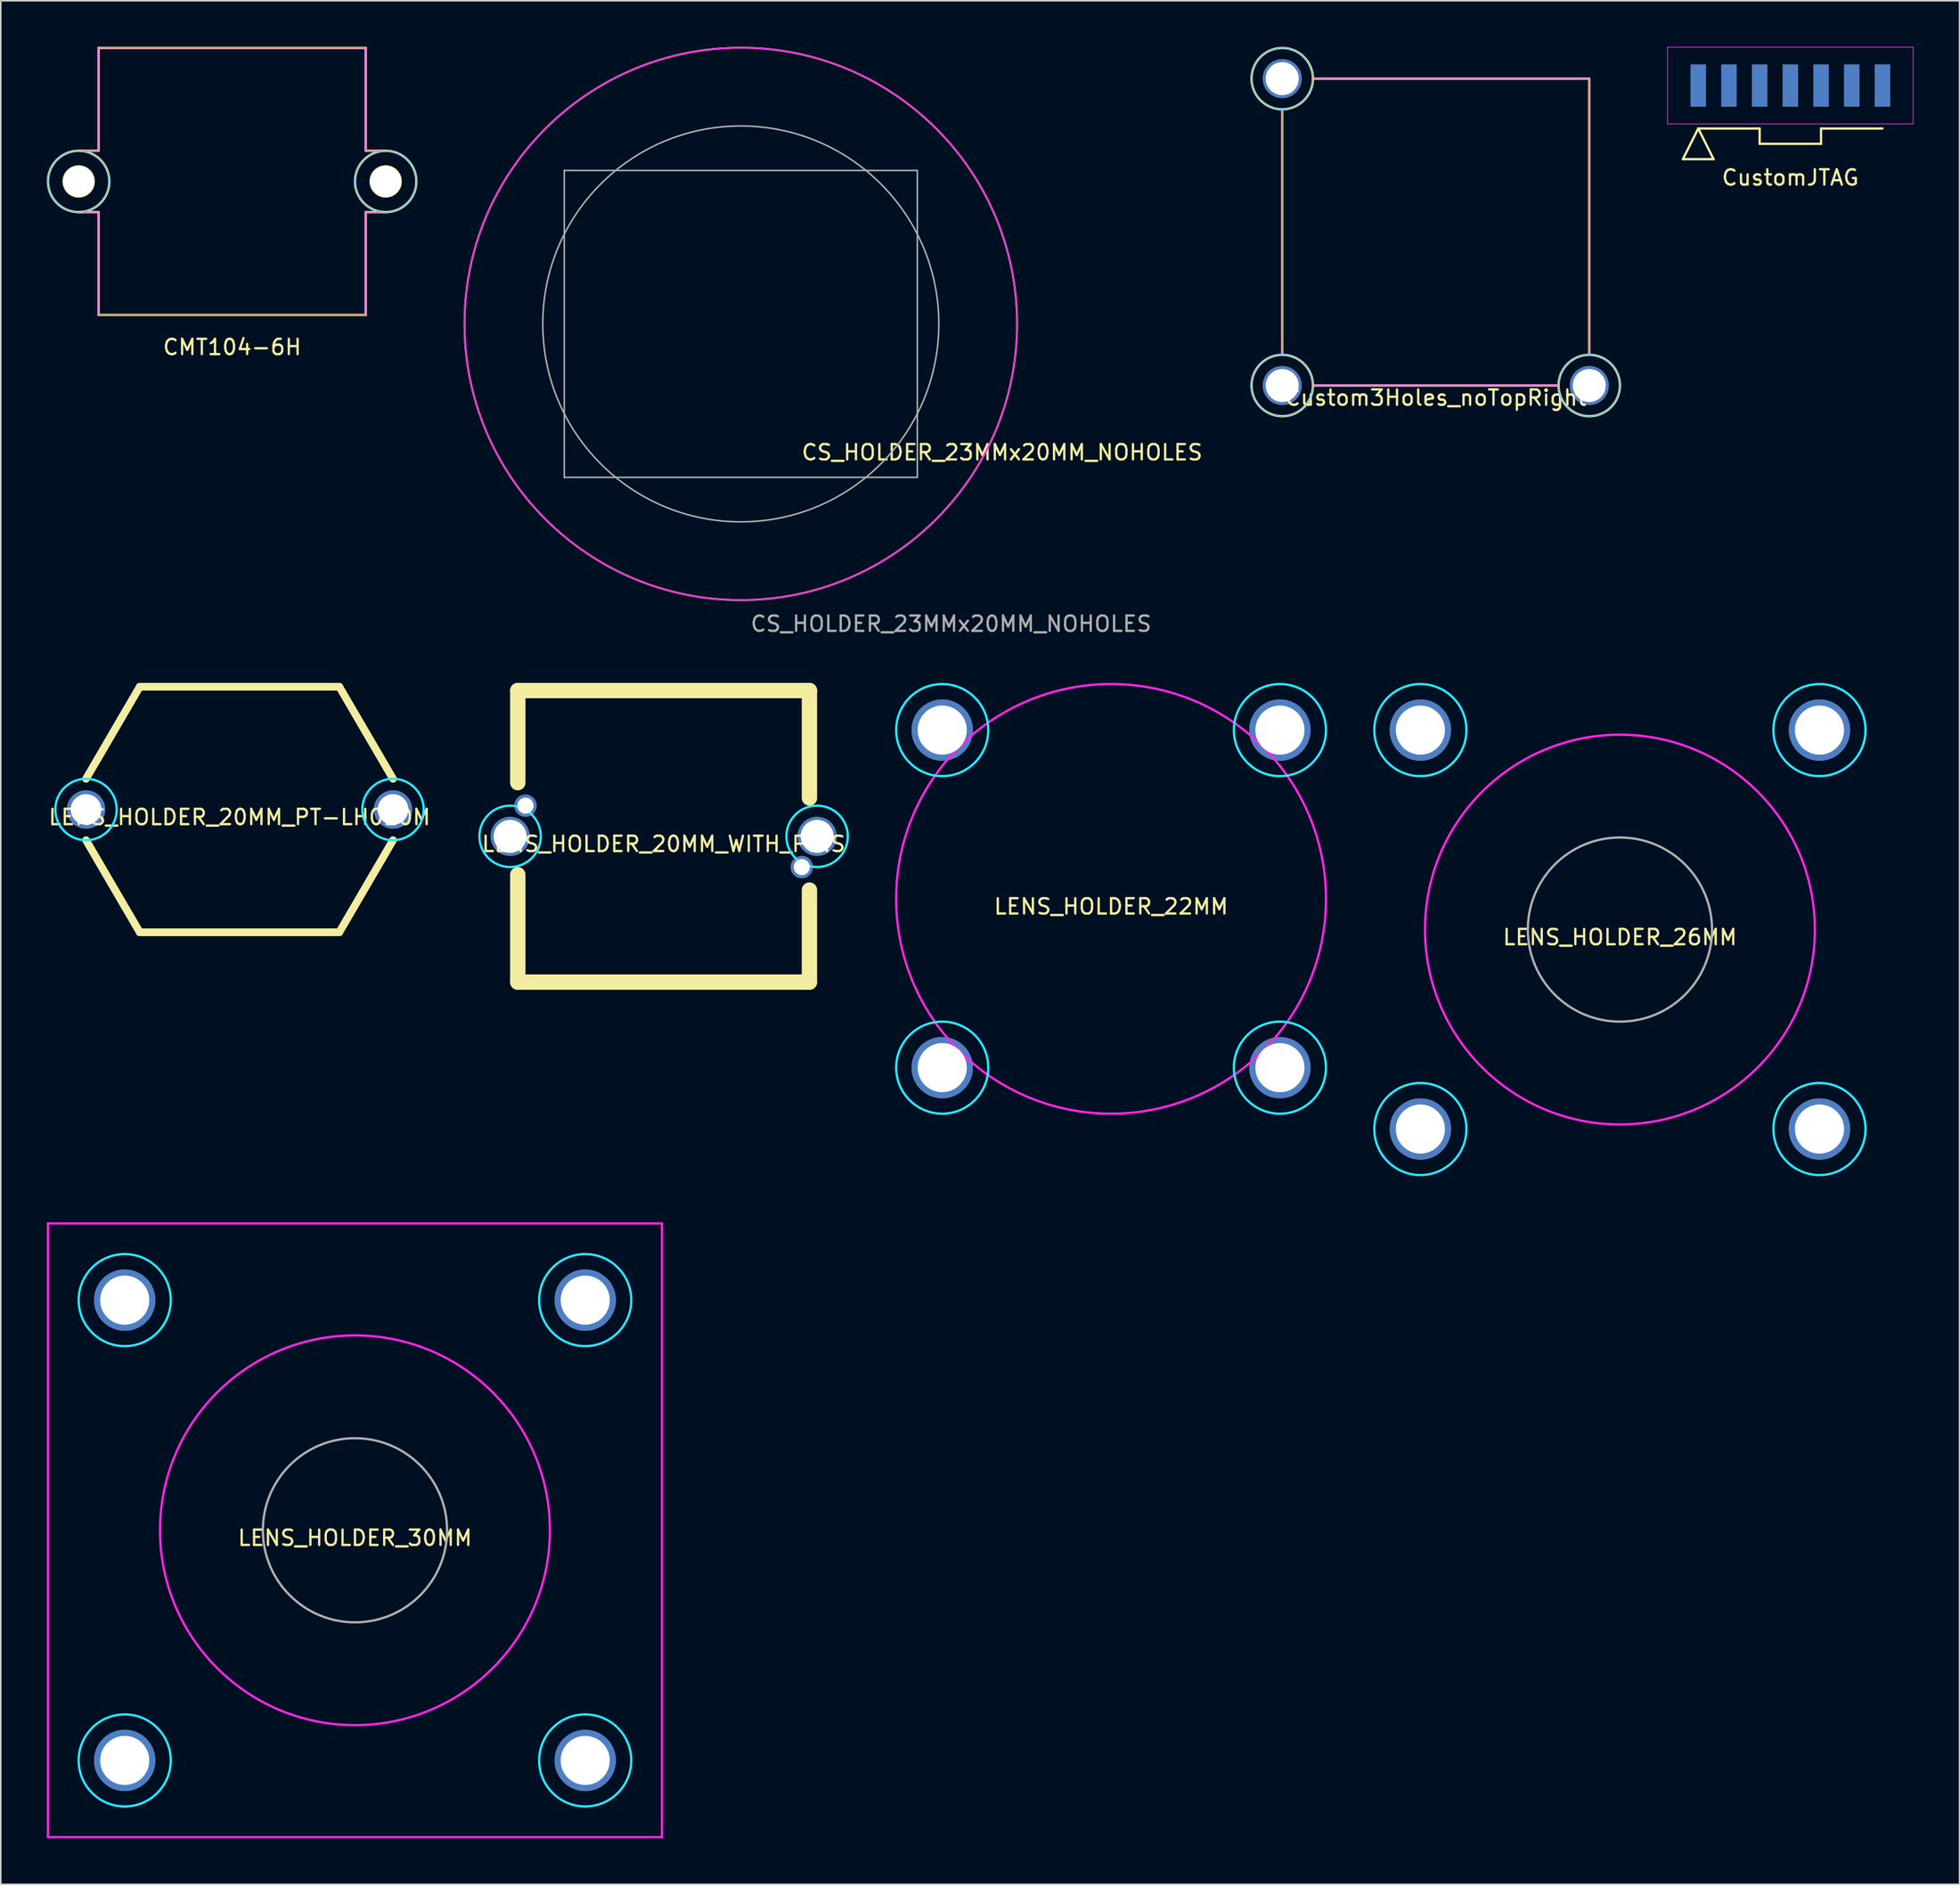
<source format=kicad_pcb>
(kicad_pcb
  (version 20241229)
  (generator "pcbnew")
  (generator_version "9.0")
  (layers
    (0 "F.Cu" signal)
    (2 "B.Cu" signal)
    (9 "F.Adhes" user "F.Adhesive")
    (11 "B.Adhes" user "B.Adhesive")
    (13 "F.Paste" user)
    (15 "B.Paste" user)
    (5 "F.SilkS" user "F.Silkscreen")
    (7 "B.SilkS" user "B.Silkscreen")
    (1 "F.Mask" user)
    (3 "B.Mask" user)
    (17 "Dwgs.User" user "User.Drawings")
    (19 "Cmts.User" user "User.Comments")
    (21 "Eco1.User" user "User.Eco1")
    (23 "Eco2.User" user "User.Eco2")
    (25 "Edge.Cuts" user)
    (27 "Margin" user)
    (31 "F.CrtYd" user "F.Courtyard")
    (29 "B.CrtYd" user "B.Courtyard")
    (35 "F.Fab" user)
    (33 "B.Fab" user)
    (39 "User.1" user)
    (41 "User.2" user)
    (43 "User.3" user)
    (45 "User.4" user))
  (footprint "CS_HOLDER_23MMx20MM_NOHOLES"
    (layer "F.Cu")
    (at 45.21 18.06)
    (property "Reference" "CS_HOLDER_23MMx20MM_NOHOLES" (at 17.025 8.375 0) (unlocked yes) (layer "F.SilkS") (effects (font (size 1 1) (thickness 0.15))))
    (attr through_hole)
    (fp_circle (center 0 0) (end 18 0) (stroke (width 0.12) (type solid)) (fill no) (layer "F.SilkS"))
    (fp_circle (center 0 0) (end 18 0) (stroke (width 0.1) (type solid)) (fill no) (layer "F.CrtYd"))
    (fp_line (start -11.5 -10) (end 11.5 -10) (stroke (width 0.1) (type solid)) (layer "F.Fab"))
    (fp_line (start -11.5 10) (end -11.5 -10) (stroke (width 0.1) (type solid)) (layer "F.Fab"))
    (fp_line (start -11.5 10) (end 11.5 10) (stroke (width 0.1) (type solid)) (layer "F.Fab"))
    (fp_line (start 11.5 10) (end 11.5 -10) (stroke (width 0.1) (type solid)) (layer "F.Fab"))
    (fp_circle (center 0 0) (end 12.9 0) (stroke (width 0.1) (type solid)) (fill no) (layer "F.Fab"))
    (fp_text user "${REFERENCE}" (at 13.7 19.55 0) (unlocked yes) (layer "F.Fab") (effects (font (size 1 1) (thickness 0.15)))))
  (footprint "LENS_HOLDER_20MM_PT-LH010M"
    (layer "F.Cu")
    (at 12.554 49.708)
    (property "Reference" "LENS_HOLDER_20MM_PT-LH010M" (at 0 0.5 0) (layer "F.SilkS") (effects (font (size 1 1) (thickness 0.15))))
    (attr through_hole)
    (fp_line (start -10 -2) (end -6.5 -8) (stroke (width 0.5) (type solid)) (layer "F.SilkS"))
    (fp_line (start -6.5 -8) (end 6.5 -8) (stroke (width 0.5) (type solid)) (layer "F.SilkS"))
    (fp_line (start -6.5 8) (end -10 2) (stroke (width 0.5) (type solid)) (layer "F.SilkS"))
    (fp_line (start 6.5 -8) (end 10 -2) (stroke (width 0.5) (type solid)) (layer "F.SilkS"))
    (fp_line (start 6.5 8) (end -6.5 8) (stroke (width 0.5) (type solid)) (layer "F.SilkS"))
    (fp_line (start 10 2) (end 6.5 8) (stroke (width 0.5) (type solid)) (layer "F.SilkS"))
    (fp_circle (center -10 0) (end -8 0) (stroke (width 0.15) (type solid)) (fill no) (layer "B.CrtYd"))
    (fp_circle (center 10 0) (end 12 0) (stroke (width 0.15) (type solid)) (fill no) (layer "B.CrtYd"))
    (pad "1" thru_hole circle (at -10 0) (size 2.5 2.5) (drill 2) (layers "*.Cu" "*.Mask"))
    (pad "1" thru_hole circle (at 10 0) (size 2.5 2.5) (drill 2) (layers "*.Cu" "*.Mask")))
  (footprint "LENS_HOLDER_20MM_WITH_PINS"
    (layer "F.Cu")
    (at 40.182 51.458)
    (property "Reference" "LENS_HOLDER_20MM_WITH_PINS" (at 0 0.5 0) (layer "F.SilkS") (effects (font (size 1 1) (thickness 0.15))))
    (attr through_hole)
    (fp_line (start -9.5 -9.5) (end 9.5 -9.5) (stroke (width 1) (type solid)) (layer "F.SilkS"))
    (fp_line (start -9.5 -3.5) (end -9.5 -9.5) (stroke (width 1) (type solid)) (layer "F.SilkS"))
    (fp_line (start -9.5 9.5) (end -9.5 2.5) (stroke (width 1) (type solid)) (layer "F.SilkS"))
    (fp_line (start 9.5 -9.5) (end 9.5 -2.5) (stroke (width 1) (type solid)) (layer "F.SilkS"))
    (fp_line (start 9.5 3.5) (end 9.5 9.5) (stroke (width 1) (type solid)) (layer "F.SilkS"))
    (fp_line (start 9.5 9.5) (end -9.5 9.5) (stroke (width 1) (type solid)) (layer "F.SilkS"))
    (fp_circle (center -10 0) (end -8 0) (stroke (width 0.15) (type solid)) (fill no) (layer "B.CrtYd"))
    (fp_circle (center 10 0) (end 12 0) (stroke (width 0.15) (type solid)) (fill no) (layer "B.CrtYd"))
    (pad "1" thru_hole circle (at -10 0) (size 2.55 2.55) (drill 2.15) (layers "*.Cu" "*.Mask"))
    (pad "1" thru_hole circle (at -9 -2) (size 1.45 1.45) (drill 1.05) (layers "*.Cu" "*.Mask"))
    (pad "1" thru_hole circle (at 9 2) (size 1.45 1.45) (drill 1.05) (layers "*.Cu" "*.Mask"))
    (pad "1" thru_hole circle (at 10 0) (size 2.55 2.55) (drill 2.15) (layers "*.Cu" "*.Mask")))
  (footprint "CMT104-6H"
    (layer "F.Cu")
    (at 12.075 8.775)
    (property "Reference" "CMT104-6H" (at 0 10.8 0) (layer "F.SilkS") (effects (font (size 1 1) (thickness 0.15))))
    (attr through_hole)
    (fp_line (start -10 -2) (end -8.7 -2) (stroke (width 0.15) (type solid)) (layer "F.SilkS"))
    (fp_line (start -10 2) (end -8.7 2) (stroke (width 0.15) (type solid)) (layer "F.SilkS"))
    (fp_line (start -8.7 -8.7) (end 8.7 -8.7) (stroke (width 0.15) (type solid)) (layer "F.SilkS"))
    (fp_line (start -8.7 -2) (end -8.7 -8.7) (stroke (width 0.15) (type solid)) (layer "F.SilkS"))
    (fp_line (start -8.7 8.7) (end -8.7 2) (stroke (width 0.15) (type solid)) (layer "F.SilkS"))
    (fp_line (start -8.7 8.7) (end 8.7 8.7) (stroke (width 0.15) (type solid)) (layer "F.SilkS"))
    (fp_line (start 8.7 -2) (end 8.7 -8.7) (stroke (width 0.15) (type solid)) (layer "F.SilkS"))
    (fp_line (start 8.7 -2) (end 10 -2) (stroke (width 0.15) (type solid)) (layer "F.SilkS"))
    (fp_line (start 8.7 2) (end 10 2) (stroke (width 0.15) (type solid)) (layer "F.SilkS"))
    (fp_line (start 8.7 8.7) (end 8.7 2) (stroke (width 0.15) (type solid)) (layer "F.SilkS"))
    (fp_circle (center -10 0) (end -12 0) (stroke (width 0.15) (type solid)) (fill no) (layer "F.SilkS"))
    (fp_circle (center 10 0) (end 8 0) (stroke (width 0.15) (type solid)) (fill no) (layer "F.SilkS"))
    (fp_circle (center -10 0) (end -12 0) (stroke (width 0.05) (type solid)) (fill no) (layer "B.CrtYd"))
    (fp_circle (center 10 0) (end 8 0) (stroke (width 0.05) (type solid)) (fill no) (layer "B.CrtYd"))
    (fp_line (start -10 -2) (end -8.7 -2) (stroke (width 0.05) (type solid)) (layer "F.CrtYd"))
    (fp_line (start -10 2) (end -8.7 2) (stroke (width 0.05) (type solid)) (layer "F.CrtYd"))
    (fp_line (start -8.7 -8.7) (end 8.7 -8.7) (stroke (width 0.05) (type solid)) (layer "F.CrtYd"))
    (fp_line (start -8.7 -2) (end -8.7 -8.7) (stroke (width 0.05) (type solid)) (layer "F.CrtYd"))
    (fp_line (start -8.7 8.7) (end -8.7 2) (stroke (width 0.05) (type solid)) (layer "F.CrtYd"))
    (fp_line (start -8.7 8.7) (end 8.7 8.7) (stroke (width 0.05) (type solid)) (layer "F.CrtYd"))
    (fp_line (start 8.7 -2) (end 8.7 -8.7) (stroke (width 0.05) (type solid)) (layer "F.CrtYd"))
    (fp_line (start 8.7 -2) (end 10 -2) (stroke (width 0.05) (type solid)) (layer "F.CrtYd"))
    (fp_line (start 8.7 2) (end 10 2) (stroke (width 0.05) (type solid)) (layer "F.CrtYd"))
    (fp_line (start 8.7 8.7) (end 8.7 2) (stroke (width 0.05) (type solid)) (layer "F.CrtYd"))
    (fp_circle (center -10 0) (end -12 0) (stroke (width 0.05) (type solid)) (fill no) (layer "F.CrtYd"))
    (fp_circle (center 10 0) (end 8 0) (stroke (width 0.05) (type solid)) (fill no) (layer "F.CrtYd"))
    (pad "HOLE" thru_hole circle (at -10 0) (size 2.1 2.1) (drill 2) (layers "*.Cu" "*.Mask" "F.SilkS"))
    (pad "HOLE" thru_hole circle (at 10 0) (size 2.1 2.1) (drill 2) (layers "*.Cu" "*.Mask" "F.SilkS")))
  (footprint "Custom3Holes_noTopRight"
    (layer "F.Cu")
    (at 90.483 12.075)
    (property "Reference" "Custom3Holes_noTopRight" (at 0 10.8 0) (layer "F.SilkS") (effects (font (size 1 1) (thickness 0.15))))
    (attr through_hole)
    (fp_line (start -10 8) (end -10 -8) (stroke (width 0.15) (type solid)) (layer "F.SilkS"))
    (fp_line (start -8 -10) (end 10 -10) (stroke (width 0.15) (type solid)) (layer "F.SilkS"))
    (fp_line (start -8 10) (end 8 10) (stroke (width 0.15) (type solid)) (layer "F.SilkS"))
    (fp_line (start 10 8) (end 10 -10) (stroke (width 0.15) (type solid)) (layer "F.SilkS"))
    (fp_circle (center -10 -10) (end -12 -10) (stroke (width 0.15) (type solid)) (fill no) (layer "F.SilkS"))
    (fp_circle (center -10 10) (end -12 10) (stroke (width 0.15) (type solid)) (fill no) (layer "F.SilkS"))
    (fp_circle (center 10 10) (end 8 10) (stroke (width 0.15) (type solid)) (fill no) (layer "F.SilkS"))
    (fp_circle (center -10 -10) (end -12 -10) (stroke (width 0.05) (type solid)) (fill no) (layer "B.CrtYd"))
    (fp_circle (center -10 10) (end -12 10) (stroke (width 0.05) (type solid)) (fill no) (layer "B.CrtYd"))
    (fp_circle (center 10 10) (end 8 10) (stroke (width 0.05) (type solid)) (fill no) (layer "B.CrtYd"))
    (fp_line (start -10 8) (end -10 -8) (stroke (width 0.05) (type solid)) (layer "F.CrtYd"))
    (fp_line (start -8 -10) (end 10 -10) (stroke (width 0.05) (type solid)) (layer "F.CrtYd"))
    (fp_line (start -8 10) (end 8 10) (stroke (width 0.05) (type solid)) (layer "F.CrtYd"))
    (fp_line (start 10 8) (end 10 -10) (stroke (width 0.05) (type solid)) (layer "F.CrtYd"))
    (fp_circle (center -10 -10) (end -12 -10) (stroke (width 0.05) (type solid)) (fill no) (layer "F.CrtYd"))
    (fp_circle (center -10 10) (end -12 10) (stroke (width 0.05) (type solid)) (fill no) (layer "F.CrtYd"))
    (fp_circle (center 10 10) (end 8 10) (stroke (width 0.05) (type solid)) (fill no) (layer "F.CrtYd"))
    (pad "HOLE" thru_hole circle (at -10 -10) (size 2.54 2.54) (drill 2.15) (layers "*.Cu" "*.Mask"))
    (pad "HOLE" thru_hole circle (at -10 10) (size 2.54 2.54) (drill 2.15) (layers "*.Cu" "*.Mask"))
    (pad "HOLE" thru_hole circle (at 10 10) (size 2.54 2.54) (drill 2.15) (layers "*.Cu" "*.Mask")))
  (footprint "LENS_HOLDER_30MM"
    (layer "F.Cu")
    (at 20.075 96.683)
    (property "Reference" "LENS_HOLDER_30MM" (at 0 0.5 0) (layer "F.SilkS") (effects (font (size 1 1) (thickness 0.15))))
    (attr through_hole)
    (fp_circle (center -15 -15) (end -12 -15) (stroke (width 0.15) (type solid)) (fill no) (layer "B.CrtYd"))
    (fp_circle (center -15 15) (end -12 15) (stroke (width 0.15) (type solid)) (fill no) (layer "B.CrtYd"))
    (fp_circle (center 15 -15) (end 18 -15) (stroke (width 0.15) (type solid)) (fill no) (layer "B.CrtYd"))
    (fp_circle (center 15 15) (end 18 15) (stroke (width 0.15) (type solid)) (fill no) (layer "B.CrtYd"))
    (fp_line (start -20 -20) (end 20 -20) (stroke (width 0.15) (type solid)) (layer "F.CrtYd"))
    (fp_line (start -20 20) (end -20 -20) (stroke (width 0.15) (type solid)) (layer "F.CrtYd"))
    (fp_line (start 20 -20) (end 20 20) (stroke (width 0.15) (type solid)) (layer "F.CrtYd"))
    (fp_line (start 20 20) (end -20 20) (stroke (width 0.15) (type solid)) (layer "F.CrtYd"))
    (fp_circle (center 0 0) (end 12.7 0) (stroke (width 0.15) (type solid)) (fill no) (layer "F.CrtYd"))
    (fp_circle (center 0 0) (end 6 0) (stroke (width 0.15) (type solid)) (fill no) (layer "F.Fab"))
    (pad "1" thru_hole circle (at -15 -15) (size 4 4) (drill 3.2) (layers "*.Cu" "*.Mask"))
    (pad "1" thru_hole circle (at -15 15) (size 4 4) (drill 3.2) (layers "*.Cu" "*.Mask"))
    (pad "1" thru_hole circle (at 15 -15) (size 4 4) (drill 3.2) (layers "*.Cu" "*.Mask"))
    (pad "1" thru_hole circle (at 15 15) (size 4 4) (drill 3.2) (layers "*.Cu" "*.Mask")))
  (footprint "LENS_HOLDER_22MM"
    (layer "F.Cu")
    (at 69.332 55.533)
    (property "Reference" "LENS_HOLDER_22MM" (at 0 0.5 0) (layer "F.SilkS") (effects (font (size 1 1) (thickness 0.15))))
    (attr through_hole)
    (fp_circle (center -11 -11) (end -8 -11) (stroke (width 0.15) (type solid)) (fill no) (layer "B.CrtYd"))
    (fp_circle (center -11 11) (end -8 11) (stroke (width 0.15) (type solid)) (fill no) (layer "B.CrtYd"))
    (fp_circle (center 11 -11) (end 14 -11) (stroke (width 0.15) (type solid)) (fill no) (layer "B.CrtYd"))
    (fp_circle (center 11 11) (end 14 11) (stroke (width 0.15) (type solid)) (fill no) (layer "B.CrtYd"))
    (fp_circle (center 0 0) (end 14 0) (stroke (width 0.15) (type solid)) (fill no) (layer "F.CrtYd"))
    (pad "1" thru_hole circle (at -11 -11) (size 4 4) (drill 3.2) (layers "*.Cu" "*.Mask"))
    (pad "1" thru_hole circle (at -11 11) (size 4 4) (drill 3.2) (layers "*.Cu" "*.Mask"))
    (pad "1" thru_hole circle (at 11 -11) (size 4 4) (drill 3.2) (layers "*.Cu" "*.Mask"))
    (pad "1" thru_hole circle (at 11 11) (size 4 4) (drill 3.2) (layers "*.Cu" "*.Mask")))
  (footprint "CustomJTAG"
    (layer "F.Cu")
    (at 113.583 2.525)
    (property "Reference" "CustomJTAG" (at 0 6 180) (layer "F.SilkS") (effects (font (size 1 1) (thickness 0.15))))
    (attr smd)
    (fp_line (start -7 4.8) (end -5 4.8) (stroke (width 0.15) (type solid)) (layer "F.SilkS"))
    (fp_line (start -6 2.8) (end -7 4.8) (stroke (width 0.15) (type solid)) (layer "F.SilkS"))
    (fp_line (start -6 2.8) (end -2 2.8) (stroke (width 0.15) (type solid)) (layer "F.SilkS"))
    (fp_line (start -5 4.8) (end -6 2.8) (stroke (width 0.15) (type solid)) (layer "F.SilkS"))
    (fp_line (start -2 2.8) (end -2 3.8) (stroke (width 0.15) (type solid)) (layer "F.SilkS"))
    (fp_line (start -2 3.8) (end 2 3.8) (stroke (width 0.15) (type solid)) (layer "F.SilkS"))
    (fp_line (start 2 2.8) (end 6 2.8) (stroke (width 0.15) (type solid)) (layer "F.SilkS"))
    (fp_line (start 2 3.8) (end 2 2.8) (stroke (width 0.15) (type solid)) (layer "F.SilkS"))
    (fp_line (start -8 2.5) (end -8 -2.5) (stroke (width 0.05) (type solid)) (layer "F.CrtYd"))
    (fp_line (start 8 -2.5) (end -8 -2.5) (stroke (width 0.05) (type solid)) (layer "F.CrtYd"))
    (fp_line (start 8 2.5) (end -8 2.5) (stroke (width 0.05) (type solid)) (layer "F.CrtYd"))
    (fp_line (start 8 2.5) (end 8 -2.5) (stroke (width 0.05) (type solid)) (layer "F.CrtYd"))
    (pad "1" smd rect (at -6 0) (size 1 2.75) (layers "F.Cu" "F.Mask" "F.Paste"))
    (pad "2" smd rect (at -6 0) (size 1 2.75) (layers "B.Cu" "B.Mask" "B.Paste"))
    (pad "3" smd rect (at -4 0) (size 1 2.75) (layers "F.Cu" "F.Mask" "F.Paste"))
    (pad "4" smd rect (at -4 0) (size 1 2.75) (layers "B.Cu" "B.Mask" "B.Paste"))
    (pad "5" smd rect (at -2 0) (size 1 2.75) (layers "F.Cu" "F.Mask" "F.Paste"))
    (pad "6" smd rect (at -2 0) (size 1 2.75) (layers "B.Cu" "B.Mask" "B.Paste"))
    (pad "7" smd rect (at 0 0) (size 1 2.75) (layers "F.Cu" "F.Mask" "F.Paste"))
    (pad "8" smd rect (at 0 0) (size 1 2.75) (layers "B.Cu" "B.Mask" "B.Paste"))
    (pad "9" smd rect (at 2 0) (size 1 2.75) (layers "F.Cu" "F.Mask" "F.Paste"))
    (pad "10" smd rect (at 2 0) (size 1 2.75) (layers "B.Cu" "B.Mask" "B.Paste"))
    (pad "11" smd rect (at 4 0) (size 1 2.75) (layers "F.Cu" "F.Mask" "F.Paste"))
    (pad "12" smd rect (at 4 0) (size 1 2.75) (layers "B.Cu" "B.Mask" "B.Paste"))
    (pad "13" smd rect (at 6 0) (size 1 2.75) (layers "F.Cu" "F.Mask"))
    (pad "14" smd rect (at 6 0) (size 1 2.75) (layers "B.Cu" "B.Mask" "B.Paste")))
  (footprint "LENS_HOLDER_26MM"
    (layer "F.Cu")
    (at 102.482 57.533)
    (property "Reference" "LENS_HOLDER_26MM" (at 0 0.5 0) (layer "F.SilkS") (effects (font (size 1 1) (thickness 0.15))))
    (attr through_hole)
    (fp_circle (center -13 -13) (end -10 -13) (stroke (width 0.15) (type solid)) (fill no) (layer "B.CrtYd"))
    (fp_circle (center -13 13) (end -10 13) (stroke (width 0.15) (type solid)) (fill no) (layer "B.CrtYd"))
    (fp_circle (center 13 -13) (end 16 -13) (stroke (width 0.15) (type solid)) (fill no) (layer "B.CrtYd"))
    (fp_circle (center 13 13) (end 16 13) (stroke (width 0.15) (type solid)) (fill no) (layer "B.CrtYd"))
    (fp_circle (center 0 0) (end 12.7 0) (stroke (width 0.15) (type solid)) (fill no) (layer "F.CrtYd"))
    (fp_circle (center 0 0) (end 6 0) (stroke (width 0.15) (type solid)) (fill no) (layer "F.Fab"))
    (pad "1" thru_hole circle (at -13 -13) (size 4 4) (drill 3.2) (layers "*.Cu" "*.Mask"))
    (pad "1" thru_hole circle (at -13 13) (size 4 4) (drill 3.2) (layers "*.Cu" "*.Mask"))
    (pad "1" thru_hole circle (at 13 -13) (size 4 4) (drill 3.2) (layers "*.Cu" "*.Mask"))
    (pad "1" thru_hole circle (at 13 13) (size 4 4) (drill 3.2) (layers "*.Cu" "*.Mask")))
  (gr_rect
    (start -3 -3)
    (end 124.608 119.758)
    (stroke (width 0.1) (type default))
    (fill no)
    (layer "Edge.Cuts")))
</source>
